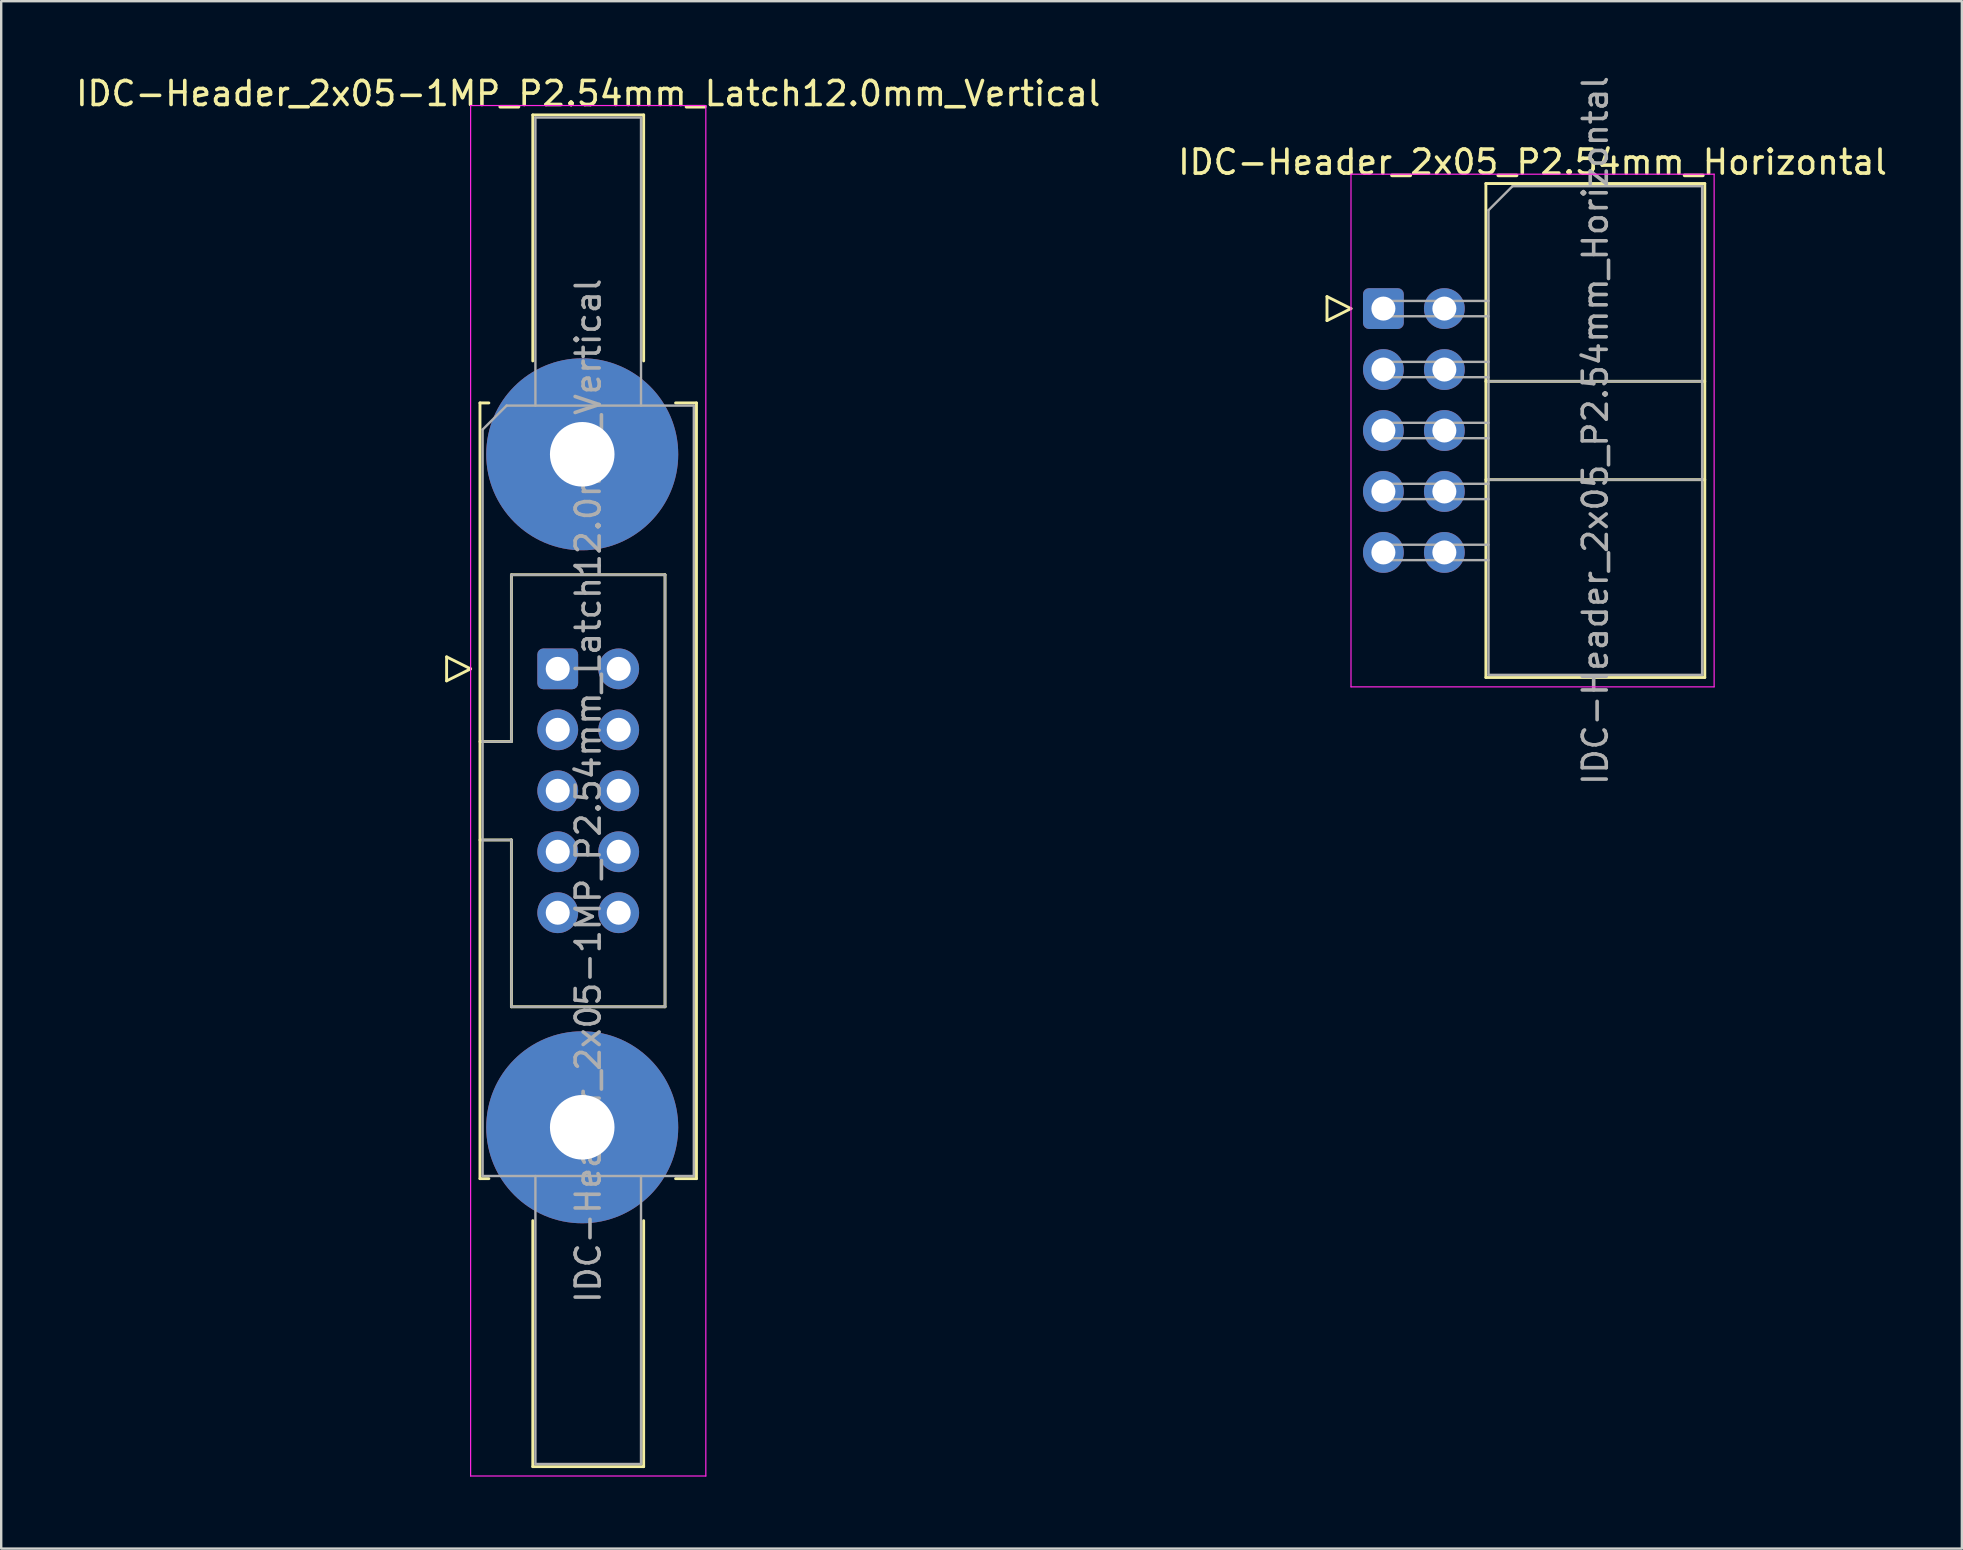
<source format=kicad_pcb>
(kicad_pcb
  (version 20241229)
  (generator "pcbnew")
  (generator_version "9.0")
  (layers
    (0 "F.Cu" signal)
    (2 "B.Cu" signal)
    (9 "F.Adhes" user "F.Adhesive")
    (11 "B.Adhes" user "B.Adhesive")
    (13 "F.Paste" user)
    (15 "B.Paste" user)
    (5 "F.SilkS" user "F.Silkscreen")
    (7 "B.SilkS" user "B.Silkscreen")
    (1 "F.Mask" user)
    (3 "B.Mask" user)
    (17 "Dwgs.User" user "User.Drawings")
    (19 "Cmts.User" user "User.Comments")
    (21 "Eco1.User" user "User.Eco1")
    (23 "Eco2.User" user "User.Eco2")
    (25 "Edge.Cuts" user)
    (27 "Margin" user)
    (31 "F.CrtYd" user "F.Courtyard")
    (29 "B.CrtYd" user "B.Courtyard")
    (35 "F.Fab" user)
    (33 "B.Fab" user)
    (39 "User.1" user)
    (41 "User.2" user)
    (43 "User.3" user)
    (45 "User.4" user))
  (footprint "IDC-Header_2x05_P2.54mm_Horizontal"
    (layer "F.Cu")
    (at 54.589 9.807)
    (property "Reference" "IDC-Header_2x05_P2.54mm_Horizontal" (at 6.215 -6.1 0) (layer "F.SilkS") (effects (font (size 1 1) (thickness 0.15))))
    (attr through_hole)
    (fp_line (start -2.35 -0.5) (end -2.35 0.5) (stroke (width 0.12) (type solid)) (layer "F.SilkS"))
    (fp_line (start -2.35 0.5) (end -1.35 0) (stroke (width 0.12) (type solid)) (layer "F.SilkS"))
    (fp_line (start -1.35 0) (end -2.35 -0.5) (stroke (width 0.12) (type solid)) (layer "F.SilkS"))
    (fp_line (start 4.27 -5.21) (end 13.39 -5.21) (stroke (width 0.12) (type solid)) (layer "F.SilkS"))
    (fp_line (start 4.27 3.03) (end 13.39 3.03) (stroke (width 0.12) (type solid)) (layer "F.SilkS"))
    (fp_line (start 4.27 7.13) (end 13.39 7.13) (stroke (width 0.12) (type solid)) (layer "F.SilkS"))
    (fp_line (start 4.27 15.37) (end 4.27 -5.21) (stroke (width 0.12) (type solid)) (layer "F.SilkS"))
    (fp_line (start 13.39 -5.21) (end 13.39 15.37) (stroke (width 0.12) (type solid)) (layer "F.SilkS"))
    (fp_line (start 13.39 15.37) (end 4.27 15.37) (stroke (width 0.12) (type solid)) (layer "F.SilkS"))
    (fp_line (start -1.35 -5.6) (end -1.35 15.76) (stroke (width 0.05) (type solid)) (layer "F.CrtYd"))
    (fp_line (start -1.35 15.76) (end 13.78 15.76) (stroke (width 0.05) (type solid)) (layer "F.CrtYd"))
    (fp_line (start 13.78 -5.6) (end -1.35 -5.6) (stroke (width 0.05) (type solid)) (layer "F.CrtYd"))
    (fp_line (start 13.78 15.76) (end 13.78 -5.6) (stroke (width 0.05) (type solid)) (layer "F.CrtYd"))
    (fp_line (start -0.32 -0.32) (end -0.32 0.32) (stroke (width 0.1) (type solid)) (layer "F.Fab"))
    (fp_line (start -0.32 0.32) (end 4.38 0.32) (stroke (width 0.1) (type solid)) (layer "F.Fab"))
    (fp_line (start -0.32 2.22) (end -0.32 2.86) (stroke (width 0.1) (type solid)) (layer "F.Fab"))
    (fp_line (start -0.32 2.86) (end 4.38 2.86) (stroke (width 0.1) (type solid)) (layer "F.Fab"))
    (fp_line (start -0.32 4.76) (end -0.32 5.4) (stroke (width 0.1) (type solid)) (layer "F.Fab"))
    (fp_line (start -0.32 5.4) (end 4.38 5.4) (stroke (width 0.1) (type solid)) (layer "F.Fab"))
    (fp_line (start -0.32 7.3) (end -0.32 7.94) (stroke (width 0.1) (type solid)) (layer "F.Fab"))
    (fp_line (start -0.32 7.94) (end 4.38 7.94) (stroke (width 0.1) (type solid)) (layer "F.Fab"))
    (fp_line (start -0.32 9.84) (end -0.32 10.48) (stroke (width 0.1) (type solid)) (layer "F.Fab"))
    (fp_line (start -0.32 10.48) (end 4.38 10.48) (stroke (width 0.1) (type solid)) (layer "F.Fab"))
    (fp_line (start 4.38 -4.1) (end 5.38 -5.1) (stroke (width 0.1) (type solid)) (layer "F.Fab"))
    (fp_line (start 4.38 -0.32) (end -0.32 -0.32) (stroke (width 0.1) (type solid)) (layer "F.Fab"))
    (fp_line (start 4.38 2.22) (end -0.32 2.22) (stroke (width 0.1) (type solid)) (layer "F.Fab"))
    (fp_line (start 4.38 3.03) (end 13.28 3.03) (stroke (width 0.1) (type solid)) (layer "F.Fab"))
    (fp_line (start 4.38 4.76) (end -0.32 4.76) (stroke (width 0.1) (type solid)) (layer "F.Fab"))
    (fp_line (start 4.38 7.13) (end 13.28 7.13) (stroke (width 0.1) (type solid)) (layer "F.Fab"))
    (fp_line (start 4.38 7.3) (end -0.32 7.3) (stroke (width 0.1) (type solid)) (layer "F.Fab"))
    (fp_line (start 4.38 9.84) (end -0.32 9.84) (stroke (width 0.1) (type solid)) (layer "F.Fab"))
    (fp_line (start 4.38 15.26) (end 4.38 -4.1) (stroke (width 0.1) (type solid)) (layer "F.Fab"))
    (fp_line (start 5.38 -5.1) (end 13.28 -5.1) (stroke (width 0.1) (type solid)) (layer "F.Fab"))
    (fp_line (start 13.28 -5.1) (end 13.28 15.26) (stroke (width 0.1) (type solid)) (layer "F.Fab"))
    (fp_line (start 13.28 15.26) (end 4.38 15.26) (stroke (width 0.1) (type solid)) (layer "F.Fab"))
    (fp_text user "${REFERENCE}" (at 8.83 5.08 90) (layer "F.Fab") (effects (font (size 1 1) (thickness 0.15))))
    (pad "1" thru_hole roundrect (at 0 0) (size 1.7 1.7) (drill 1) (layers "*.Cu" "*.Mask") (roundrect_rratio 0.147))
    (pad "2" thru_hole circle (at 2.54 0) (size 1.7 1.7) (drill 1) (layers "*.Cu" "*.Mask"))
    (pad "3" thru_hole circle (at 0 2.54) (size 1.7 1.7) (drill 1) (layers "*.Cu" "*.Mask"))
    (pad "4" thru_hole circle (at 2.54 2.54) (size 1.7 1.7) (drill 1) (layers "*.Cu" "*.Mask"))
    (pad "5" thru_hole circle (at 0 5.08) (size 1.7 1.7) (drill 1) (layers "*.Cu" "*.Mask"))
    (pad "6" thru_hole circle (at 2.54 5.08) (size 1.7 1.7) (drill 1) (layers "*.Cu" "*.Mask"))
    (pad "7" thru_hole circle (at 0 7.62) (size 1.7 1.7) (drill 1) (layers "*.Cu" "*.Mask"))
    (pad "8" thru_hole circle (at 2.54 7.62) (size 1.7 1.7) (drill 1) (layers "*.Cu" "*.Mask"))
    (pad "9" thru_hole circle (at 0 10.16) (size 1.7 1.7) (drill 1) (layers "*.Cu" "*.Mask"))
    (pad "10" thru_hole circle (at 2.54 10.16) (size 1.7 1.7) (drill 1) (layers "*.Cu" "*.Mask")))
  (footprint "IDC-Header_2x05-1MP_P2.54mm_Latch12.0mm_Vertical"
    (layer "F.Cu")
    (at 20.188 24.818)
    (property "Reference" "IDC-Header_2x05-1MP_P2.54mm_Latch12.0mm_Vertical" (at 1.27 -23.97 0) (layer "F.SilkS") (effects (font (size 1 1) (thickness 0.15))))
    (attr through_hole)
    (fp_line (start -4.63 -0.5) (end -4.63 0.5) (stroke (width 0.12) (type solid)) (layer "F.SilkS"))
    (fp_line (start -4.63 0.5) (end -3.63 0) (stroke (width 0.12) (type solid)) (layer "F.SilkS"))
    (fp_line (start -3.63 0) (end -4.63 -0.5) (stroke (width 0.12) (type solid)) (layer "F.SilkS"))
    (fp_line (start -3.24 -11.08) (end -3.24 21.24) (stroke (width 0.12) (type solid)) (layer "F.SilkS"))
    (fp_line (start -3.24 3.03) (end -1.93 3.03) (stroke (width 0.12) (type solid)) (layer "F.SilkS"))
    (fp_line (start -3.24 21.24) (end -2.87 21.24) (stroke (width 0.12) (type solid)) (layer "F.SilkS"))
    (fp_line (start -2.87 -11.08) (end -3.24 -11.08) (stroke (width 0.12) (type solid)) (layer "F.SilkS"))
    (fp_line (start -1.93 -3.92) (end 4.47 -3.92) (stroke (width 0.12) (type solid)) (layer "F.SilkS"))
    (fp_line (start -1.93 3.03) (end -1.93 -3.92) (stroke (width 0.12) (type solid)) (layer "F.SilkS"))
    (fp_line (start -1.93 7.13) (end -3.24 7.13) (stroke (width 0.12) (type solid)) (layer "F.SilkS"))
    (fp_line (start -1.93 7.13) (end -1.93 7.13) (stroke (width 0.12) (type solid)) (layer "F.SilkS"))
    (fp_line (start -1.93 14.08) (end -1.93 7.13) (stroke (width 0.12) (type solid)) (layer "F.SilkS"))
    (fp_line (start -1.04 -23.08) (end 3.58 -23.08) (stroke (width 0.12) (type solid)) (layer "F.SilkS"))
    (fp_line (start -1.04 -12.83) (end -1.04 -23.08) (stroke (width 0.12) (type solid)) (layer "F.SilkS"))
    (fp_line (start -1.04 22.99) (end -1.04 33.24) (stroke (width 0.12) (type solid)) (layer "F.SilkS"))
    (fp_line (start -1.04 33.24) (end 3.58 33.24) (stroke (width 0.12) (type solid)) (layer "F.SilkS"))
    (fp_line (start 3.58 -23.08) (end 3.58 -12.83) (stroke (width 0.12) (type solid)) (layer "F.SilkS"))
    (fp_line (start 3.58 33.24) (end 3.58 22.99) (stroke (width 0.12) (type solid)) (layer "F.SilkS"))
    (fp_line (start 4.47 -3.92) (end 4.47 14.08) (stroke (width 0.12) (type solid)) (layer "F.SilkS"))
    (fp_line (start 4.47 14.08) (end -1.93 14.08) (stroke (width 0.12) (type solid)) (layer "F.SilkS"))
    (fp_line (start 4.91 -11.08) (end 5.78 -11.08) (stroke (width 0.12) (type solid)) (layer "F.SilkS"))
    (fp_line (start 5.78 -11.08) (end 5.78 21.24) (stroke (width 0.12) (type solid)) (layer "F.SilkS"))
    (fp_line (start 5.78 21.24) (end 4.91 21.24) (stroke (width 0.12) (type solid)) (layer "F.SilkS"))
    (fp_line (start -3.63 -23.47) (end -3.63 33.63) (stroke (width 0.05) (type solid)) (layer "F.CrtYd"))
    (fp_line (start -3.63 33.63) (end 6.17 33.63) (stroke (width 0.05) (type solid)) (layer "F.CrtYd"))
    (fp_line (start 6.17 -23.47) (end -3.63 -23.47) (stroke (width 0.05) (type solid)) (layer "F.CrtYd"))
    (fp_line (start 6.17 33.63) (end 6.17 -23.47) (stroke (width 0.05) (type solid)) (layer "F.CrtYd"))
    (fp_line (start -3.13 -9.97) (end -2.13 -10.97) (stroke (width 0.1) (type solid)) (layer "F.Fab"))
    (fp_line (start -3.13 3.03) (end -1.93 3.03) (stroke (width 0.1) (type solid)) (layer "F.Fab"))
    (fp_line (start -3.13 21.13) (end -3.13 -9.97) (stroke (width 0.1) (type solid)) (layer "F.Fab"))
    (fp_line (start -2.13 -10.97) (end 5.67 -10.97) (stroke (width 0.1) (type solid)) (layer "F.Fab"))
    (fp_line (start -1.93 -3.92) (end 4.47 -3.92) (stroke (width 0.1) (type solid)) (layer "F.Fab"))
    (fp_line (start -1.93 3.03) (end -1.93 -3.92) (stroke (width 0.1) (type solid)) (layer "F.Fab"))
    (fp_line (start -1.93 7.13) (end -3.13 7.13) (stroke (width 0.1) (type solid)) (layer "F.Fab"))
    (fp_line (start -1.93 7.13) (end -1.93 7.13) (stroke (width 0.1) (type solid)) (layer "F.Fab"))
    (fp_line (start -1.93 14.08) (end -1.93 7.13) (stroke (width 0.1) (type solid)) (layer "F.Fab"))
    (fp_line (start -0.93 -22.97) (end 3.47 -22.97) (stroke (width 0.1) (type solid)) (layer "F.Fab"))
    (fp_line (start -0.93 -10.97) (end -0.93 -22.97) (stroke (width 0.1) (type solid)) (layer "F.Fab"))
    (fp_line (start -0.93 21.13) (end -0.93 33.13) (stroke (width 0.1) (type solid)) (layer "F.Fab"))
    (fp_line (start -0.93 33.13) (end 3.47 33.13) (stroke (width 0.1) (type solid)) (layer "F.Fab"))
    (fp_line (start 3.47 -22.97) (end 3.47 -10.97) (stroke (width 0.1) (type solid)) (layer "F.Fab"))
    (fp_line (start 3.47 33.13) (end 3.47 21.13) (stroke (width 0.1) (type solid)) (layer "F.Fab"))
    (fp_line (start 4.47 -3.92) (end 4.47 14.08) (stroke (width 0.1) (type solid)) (layer "F.Fab"))
    (fp_line (start 4.47 14.08) (end -1.93 14.08) (stroke (width 0.1) (type solid)) (layer "F.Fab"))
    (fp_line (start 5.67 -10.97) (end 5.67 21.13) (stroke (width 0.1) (type solid)) (layer "F.Fab"))
    (fp_line (start 5.67 21.13) (end -3.13 21.13) (stroke (width 0.1) (type solid)) (layer "F.Fab"))
    (fp_text user "${REFERENCE}" (at 1.27 5.08 90) (layer "F.Fab") (effects (font (size 1 1) (thickness 0.15))))
    (pad "1" thru_hole roundrect (at 0 0) (size 1.7 1.7) (drill 1) (layers "*.Cu" "*.Mask") (roundrect_rratio 0.147))
    (pad "2" thru_hole circle (at 2.54 0) (size 1.7 1.7) (drill 1) (layers "*.Cu" "*.Mask"))
    (pad "3" thru_hole circle (at 0 2.54) (size 1.7 1.7) (drill 1) (layers "*.Cu" "*.Mask"))
    (pad "4" thru_hole circle (at 2.54 2.54) (size 1.7 1.7) (drill 1) (layers "*.Cu" "*.Mask"))
    (pad "5" thru_hole circle (at 0 5.08) (size 1.7 1.7) (drill 1) (layers "*.Cu" "*.Mask"))
    (pad "6" thru_hole circle (at 2.54 5.08) (size 1.7 1.7) (drill 1) (layers "*.Cu" "*.Mask"))
    (pad "7" thru_hole circle (at 0 7.62) (size 1.7 1.7) (drill 1) (layers "*.Cu" "*.Mask"))
    (pad "8" thru_hole circle (at 2.54 7.62) (size 1.7 1.7) (drill 1) (layers "*.Cu" "*.Mask"))
    (pad "9" thru_hole circle (at 0 10.16) (size 1.7 1.7) (drill 1) (layers "*.Cu" "*.Mask"))
    (pad "10" thru_hole circle (at 2.54 10.16) (size 1.7 1.7) (drill 1) (layers "*.Cu" "*.Mask"))
    (pad "MP" thru_hole circle (at 1.02 -8.94) (size 8 8) (drill 2.69) (layers "*.Cu" "*.Mask"))
    (pad "MP" thru_hole circle (at 1.02 19.1) (size 8 8) (drill 2.69) (layers "*.Cu" "*.Mask")))
  (gr_rect
    (start -3 -3)
    (end 78.69 61.473)
    (stroke (width 0.1) (type default))
    (fill no)
    (layer "Edge.Cuts")))
</source>
